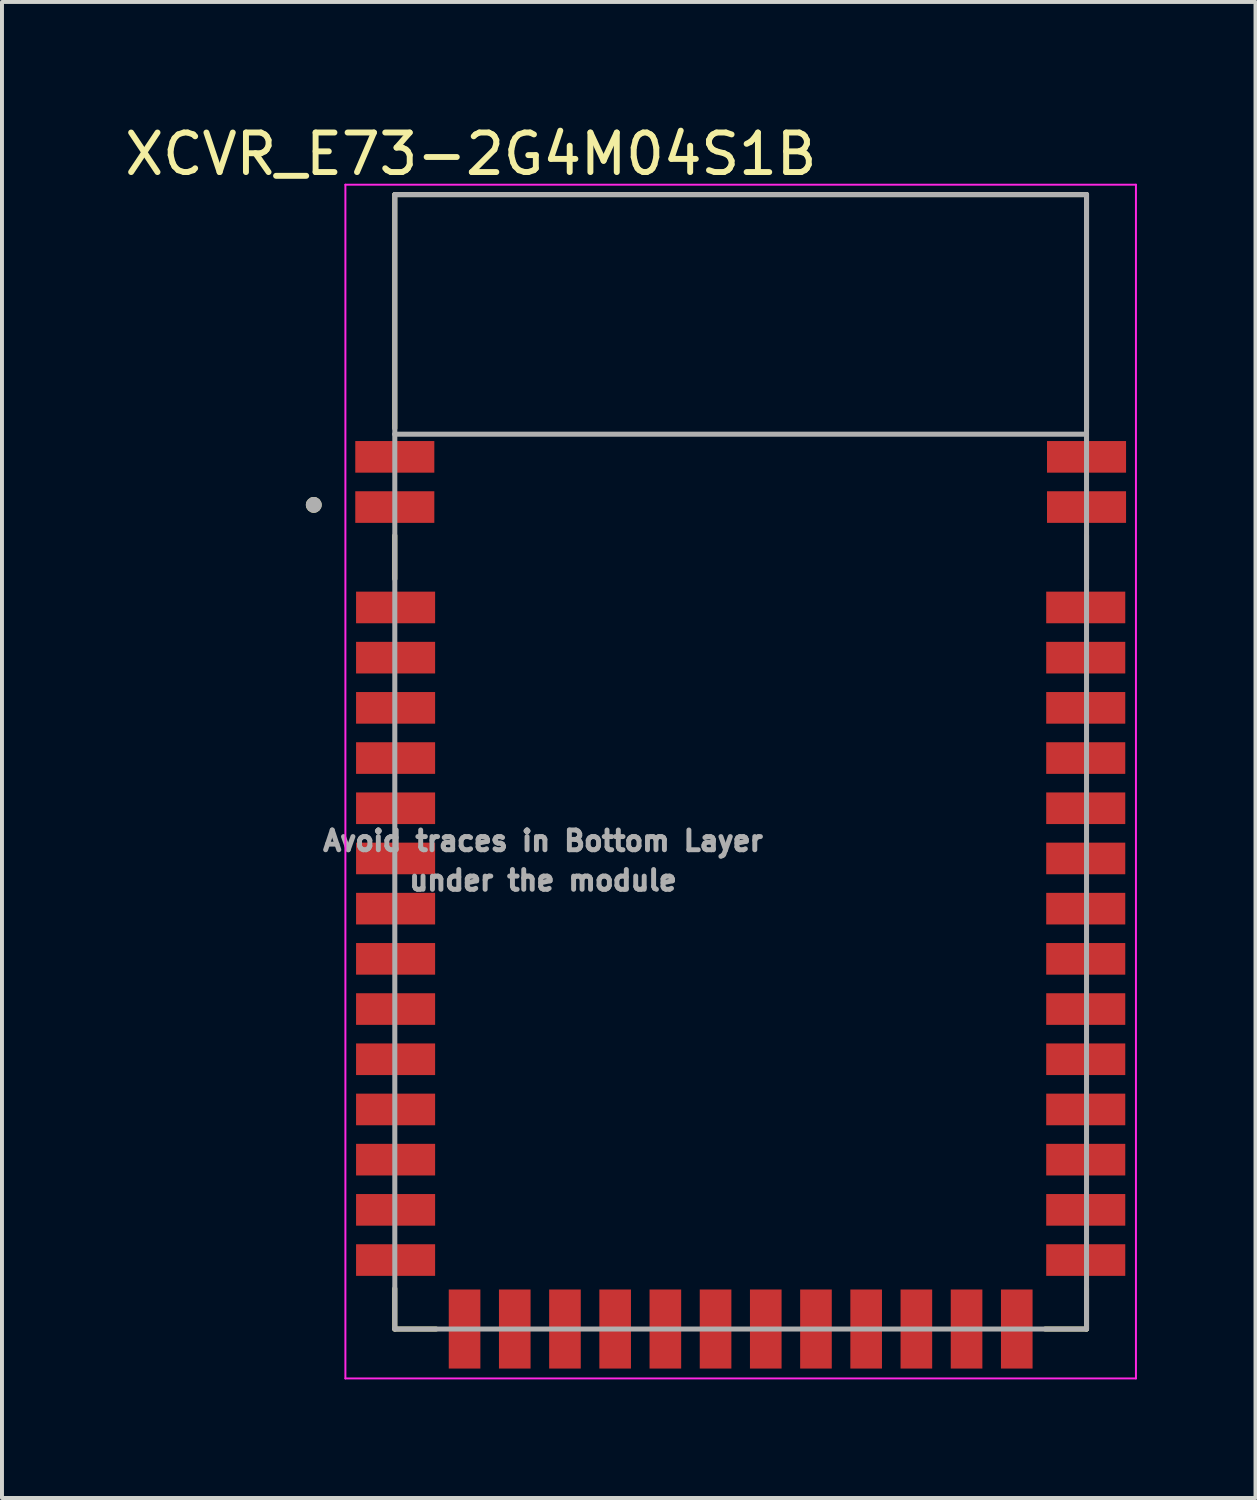
<source format=kicad_pcb>
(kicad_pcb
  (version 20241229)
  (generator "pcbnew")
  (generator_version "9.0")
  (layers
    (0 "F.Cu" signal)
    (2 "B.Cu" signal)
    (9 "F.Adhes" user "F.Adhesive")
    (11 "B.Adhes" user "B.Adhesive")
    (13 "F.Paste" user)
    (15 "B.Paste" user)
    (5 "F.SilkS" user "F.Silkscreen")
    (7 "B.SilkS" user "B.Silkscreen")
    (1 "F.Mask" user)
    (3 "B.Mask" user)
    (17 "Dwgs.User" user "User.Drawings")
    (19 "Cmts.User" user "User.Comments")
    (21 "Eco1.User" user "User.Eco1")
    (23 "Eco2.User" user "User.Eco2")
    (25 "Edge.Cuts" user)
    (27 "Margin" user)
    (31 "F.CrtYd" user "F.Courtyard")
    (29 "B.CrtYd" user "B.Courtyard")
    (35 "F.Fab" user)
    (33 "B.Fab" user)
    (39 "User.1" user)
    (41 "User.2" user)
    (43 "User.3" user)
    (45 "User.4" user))
  (footprint "XCVR_E73-2G4M04S1B"
    (layer "F.Cu")
    (at 15.688 16.223)
    (property "Reference" "XCVR_E73-2G4M04S1B" (at -6.825 -15.375 0) (layer "F.SilkS") (effects (font (size 1 1) (thickness 0.15))))
    (attr smd)
    (fp_line (start -8.75 -14.35) (end -8.75 -8.435) (stroke (width 0.127) (type solid)) (layer "F.SilkS"))
    (fp_line (start -8.75 -5.725) (end -8.75 -4.625) (stroke (width 0.127) (type solid)) (layer "F.SilkS"))
    (fp_line (start -8.75 14.35) (end -8.75 13.325) (stroke (width 0.127) (type solid)) (layer "F.SilkS"))
    (fp_line (start -8.75 14.35) (end -7.705 14.35) (stroke (width 0.127) (type solid)) (layer "F.SilkS"))
    (fp_line (start 7.705 14.35) (end 8.75 14.35) (stroke (width 0.127) (type solid)) (layer "F.SilkS"))
    (fp_line (start 8.75 -14.35) (end -8.75 -14.35) (stroke (width 0.127) (type solid)) (layer "F.SilkS"))
    (fp_line (start 8.75 -8.435) (end 8.75 -14.35) (stroke (width 0.127) (type solid)) (layer "F.SilkS"))
    (fp_line (start 8.75 -5.725) (end 8.75 -4.625) (stroke (width 0.127) (type solid)) (layer "F.SilkS"))
    (fp_line (start 8.75 14.35) (end 8.75 13.325) (stroke (width 0.127) (type solid)) (layer "F.SilkS"))
    (fp_circle (center -10.8 -6.5) (end -10.7 -6.5) (stroke (width 0.2) (type solid)) (fill no) (layer "F.SilkS"))
    (fp_line (start -10 -14.6) (end -10 15.6) (stroke (width 0.05) (type solid)) (layer "F.CrtYd"))
    (fp_line (start -10 15.6) (end 10 15.6) (stroke (width 0.05) (type solid)) (layer "F.CrtYd"))
    (fp_line (start 10 -14.6) (end -10 -14.6) (stroke (width 0.05) (type solid)) (layer "F.CrtYd"))
    (fp_line (start 10 15.6) (end 10 -14.6) (stroke (width 0.05) (type solid)) (layer "F.CrtYd"))
    (fp_line (start -8.75 -14.35) (end -8.75 -8.288) (stroke (width 0.127) (type solid)) (layer "F.Fab"))
    (fp_line (start -8.75 -8.288) (end -8.75 14.35) (stroke (width 0.127) (type solid)) (layer "F.Fab"))
    (fp_line (start -8.75 -8.288) (end 8.75 -8.288) (stroke (width 0.127) (type solid)) (layer "F.Fab"))
    (fp_line (start -8.75 14.35) (end 8.75 14.35) (stroke (width 0.127) (type solid)) (layer "F.Fab"))
    (fp_line (start 8.75 -14.35) (end -8.75 -14.35) (stroke (width 0.127) (type solid)) (layer "F.Fab"))
    (fp_line (start 8.75 -8.288) (end 8.75 -14.35) (stroke (width 0.127) (type solid)) (layer "F.Fab"))
    (fp_line (start 8.75 14.35) (end 8.75 -8.288) (stroke (width 0.127) (type solid)) (layer "F.Fab"))
    (fp_circle (center -10.8 -6.5) (end -10.7 -6.5) (stroke (width 0.2) (type solid)) (fill no) (layer "F.Fab"))
    (fp_text user "Avoid traces in Bottom Layer" (at -5 2 0) (layer "F.Fab") (effects (font (size 0.5 0.5) (thickness 0.15))))
    (fp_text user "under the module" (at -5 3 0) (layer "F.Fab") (effects (font (size 0.5 0.5) (thickness 0.15))))
    (pad "0" smd rect (at -8.75 -7.715) (size 2 0.8) (layers "F.Cu" "F.Mask" "F.Paste"))
    (pad "1" smd rect (at -8.75 -6.445) (size 2 0.8) (layers "F.Cu" "F.Mask" "F.Paste"))
    (pad "2" smd rect (at -8.73 -3.905) (size 2 0.8) (layers "F.Cu" "F.Mask" "F.Paste"))
    (pad "3" smd rect (at -8.73 -2.635) (size 2 0.8) (layers "F.Cu" "F.Mask" "F.Paste"))
    (pad "4" smd rect (at -8.73 -1.365) (size 2 0.8) (layers "F.Cu" "F.Mask" "F.Paste"))
    (pad "5" smd rect (at -8.73 -0.095) (size 2 0.8) (layers "F.Cu" "F.Mask" "F.Paste"))
    (pad "6" smd rect (at -8.73 1.175) (size 2 0.8) (layers "F.Cu" "F.Mask" "F.Paste"))
    (pad "7" smd rect (at -8.73 2.445) (size 2 0.8) (layers "F.Cu" "F.Mask" "F.Paste"))
    (pad "8" smd rect (at -8.73 3.715) (size 2 0.8) (layers "F.Cu" "F.Mask" "F.Paste"))
    (pad "9" smd rect (at -8.73 4.985) (size 2 0.8) (layers "F.Cu" "F.Mask" "F.Paste"))
    (pad "10" smd rect (at -8.73 6.255) (size 2 0.8) (layers "F.Cu" "F.Mask" "F.Paste"))
    (pad "11" smd rect (at -8.73 7.525) (size 2 0.8) (layers "F.Cu" "F.Mask" "F.Paste"))
    (pad "12" smd rect (at -8.73 8.795) (size 2 0.8) (layers "F.Cu" "F.Mask" "F.Paste"))
    (pad "13" smd rect (at -8.73 10.065) (size 2 0.8) (layers "F.Cu" "F.Mask" "F.Paste"))
    (pad "14" smd rect (at -8.73 11.335) (size 2 0.8) (layers "F.Cu" "F.Mask" "F.Paste"))
    (pad "15" smd rect (at -8.73 12.605) (size 2 0.8) (layers "F.Cu" "F.Mask" "F.Paste"))
    (pad "16" smd rect (at -6.985 14.35) (size 0.8 2) (layers "F.Cu" "F.Mask" "F.Paste"))
    (pad "17" smd rect (at -5.715 14.35) (size 0.8 2) (layers "F.Cu" "F.Mask" "F.Paste"))
    (pad "18" smd rect (at -4.445 14.35) (size 0.8 2) (layers "F.Cu" "F.Mask" "F.Paste"))
    (pad "19" smd rect (at -3.175 14.35) (size 0.8 2) (layers "F.Cu" "F.Mask" "F.Paste"))
    (pad "20" smd rect (at -1.905 14.35) (size 0.8 2) (layers "F.Cu" "F.Mask" "F.Paste"))
    (pad "21" smd rect (at -0.635 14.35) (size 0.8 2) (layers "F.Cu" "F.Mask" "F.Paste"))
    (pad "22" smd rect (at 0.635 14.35) (size 0.8 2) (layers "F.Cu" "F.Mask" "F.Paste"))
    (pad "23" smd rect (at 1.905 14.35) (size 0.8 2) (layers "F.Cu" "F.Mask" "F.Paste"))
    (pad "24" smd rect (at 3.175 14.35) (size 0.8 2) (layers "F.Cu" "F.Mask" "F.Paste"))
    (pad "25" smd rect (at 4.445 14.35) (size 0.8 2) (layers "F.Cu" "F.Mask" "F.Paste"))
    (pad "26" smd rect (at 5.715 14.35) (size 0.8 2) (layers "F.Cu" "F.Mask" "F.Paste"))
    (pad "27" smd rect (at 6.985 14.35) (size 0.8 2) (layers "F.Cu" "F.Mask" "F.Paste"))
    (pad "28" smd rect (at 8.73 12.605) (size 2 0.8) (layers "F.Cu" "F.Mask" "F.Paste"))
    (pad "29" smd rect (at 8.73 11.335) (size 2 0.8) (layers "F.Cu" "F.Mask" "F.Paste"))
    (pad "30" smd rect (at 8.73 10.065) (size 2 0.8) (layers "F.Cu" "F.Mask" "F.Paste"))
    (pad "31" smd rect (at 8.73 8.795) (size 2 0.8) (layers "F.Cu" "F.Mask" "F.Paste"))
    (pad "32" smd rect (at 8.73 7.525) (size 2 0.8) (layers "F.Cu" "F.Mask" "F.Paste"))
    (pad "33" smd rect (at 8.73 6.255) (size 2 0.8) (layers "F.Cu" "F.Mask" "F.Paste"))
    (pad "34" smd rect (at 8.73 4.985) (size 2 0.8) (layers "F.Cu" "F.Mask" "F.Paste"))
    (pad "35" smd rect (at 8.73 3.715) (size 2 0.8) (layers "F.Cu" "F.Mask" "F.Paste"))
    (pad "36" smd rect (at 8.73 2.445) (size 2 0.8) (layers "F.Cu" "F.Mask" "F.Paste"))
    (pad "37" smd rect (at 8.73 1.175) (size 2 0.8) (layers "F.Cu" "F.Mask" "F.Paste"))
    (pad "38" smd rect (at 8.73 -0.095) (size 2 0.8) (layers "F.Cu" "F.Mask" "F.Paste"))
    (pad "39" smd rect (at 8.73 -1.365) (size 2 0.8) (layers "F.Cu" "F.Mask" "F.Paste"))
    (pad "40" smd rect (at 8.73 -2.635) (size 2 0.8) (layers "F.Cu" "F.Mask" "F.Paste"))
    (pad "41" smd rect (at 8.73 -3.905) (size 2 0.8) (layers "F.Cu" "F.Mask" "F.Paste"))
    (pad "42" smd rect (at 8.75 -6.445) (size 2 0.8) (layers "F.Cu" "F.Mask" "F.Paste"))
    (pad "43" smd rect (at 8.75 -7.715) (size 2 0.8) (layers "F.Cu" "F.Mask" "F.Paste"))
    (zone (net_name "") (layer "F.Cu") (hatch full 0.508) (connect_pads) (min_thickness 0.01) (filled_areas_thickness no) (keepout (tracks not_allowed) (vias not_allowed) (pads not_allowed) (copperpour not_allowed) (footprints allowed)) (placement (enabled no)) (fill) (polygon (pts (xy 6.938 1.873) (xy 6.938 8.123) (xy 7.938 8.123) (xy 7.938 10.178) (xy 6.938 10.178) (xy 6.938 11.918) (xy 7.958 11.918) (xy 7.958 29.523) (xy 23.418 29.523) (xy 23.418 11.918) (xy 24.438 11.918) (xy 24.438 10.178) (xy 23.438 10.178) (xy 23.438 8.108) (xy 24.438 8.108) (xy 24.438 1.873))))
    (zone (net_name "") (layers "F.Cu" "B.Cu") (hatch full 0.508) (connect_pads) (min_thickness 0.01) (filled_areas_thickness no) (keepout (tracks allowed) (vias not_allowed) (pads allowed) (copperpour allowed) (footprints allowed)) (placement (enabled no)) (fill) (polygon (pts (xy 6.938 1.873) (xy 24.438 1.873) (xy 24.438 30.573) (xy 6.938 30.573)))))
  (gr_rect
    (start -3 -3)
    (end 28.713 34.848)
    (stroke (width 0.1) (type default))
    (fill no)
    (layer "Edge.Cuts")))
</source>
